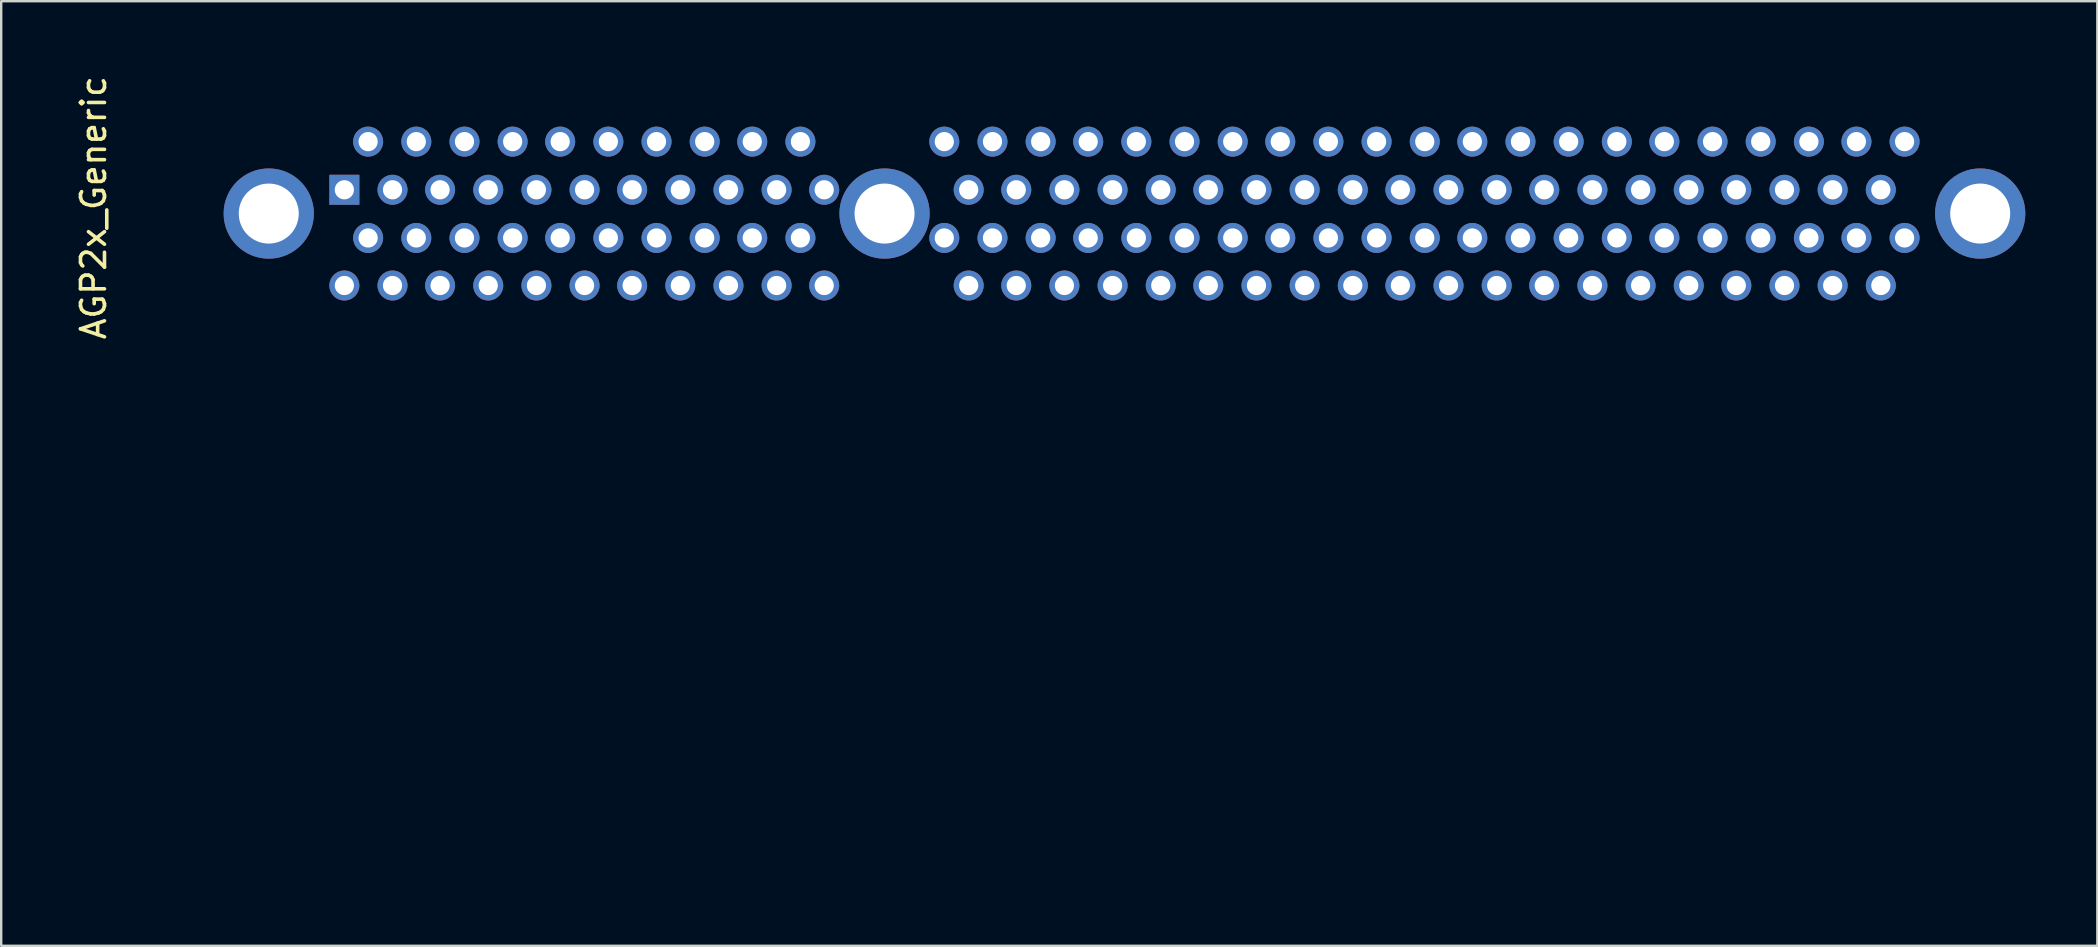
<source format=kicad_pcb>
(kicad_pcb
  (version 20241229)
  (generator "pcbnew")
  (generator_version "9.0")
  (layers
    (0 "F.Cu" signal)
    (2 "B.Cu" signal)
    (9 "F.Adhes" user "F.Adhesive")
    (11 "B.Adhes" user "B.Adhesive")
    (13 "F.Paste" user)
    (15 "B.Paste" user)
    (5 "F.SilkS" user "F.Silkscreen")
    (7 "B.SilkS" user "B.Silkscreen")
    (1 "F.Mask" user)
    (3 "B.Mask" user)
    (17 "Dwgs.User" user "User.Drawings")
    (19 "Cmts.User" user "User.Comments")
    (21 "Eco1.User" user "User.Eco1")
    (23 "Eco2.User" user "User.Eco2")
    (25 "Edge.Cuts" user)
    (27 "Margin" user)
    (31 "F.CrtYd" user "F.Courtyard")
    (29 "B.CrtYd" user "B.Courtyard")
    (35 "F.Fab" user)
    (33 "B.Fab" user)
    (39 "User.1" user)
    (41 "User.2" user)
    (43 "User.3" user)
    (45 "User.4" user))
  (footprint "AGP2x_Generic"
    (layer "F.Cu")
    (at 73.348 33.101)
    (property "Reference" "AGP2x_Generic" (at -72.5 -27.5 90) (layer "F.SilkS") (effects (font (size 1 1) (thickness 0.15))))
    (attr through_hole)
    (pad "" thru_hole oval (at -65.202 -27.254) (size 3.76 3.76) (drill 2.5) (layers "*.Mask"))
    (pad "" thru_hole oval (at -39.548 -27.254) (size 3.76 3.76) (drill 2.5) (layers "*.Mask"))
    (pad "" thru_hole oval (at 6.096 -27.254) (size 3.76 3.76) (drill 2.5) (layers "*.Mask"))
    (pad "A1" thru_hole rect (at -62.052 -28.245) (size 1.25 1.25) (drill 0.8) (layers "*.Cu" "*.Mask"))
    (pad "A2" thru_hole oval (at -61.062 -30.251) (size 1.25 1.25) (drill 0.8) (layers "*.Cu" "*.Mask"))
    (pad "A3" thru_hole oval (at -60.046 -28.245) (size 1.25 1.25) (drill 0.8) (layers "*.Cu" "*.Mask"))
    (pad "A4" thru_hole oval (at -59.055 -30.251) (size 1.25 1.25) (drill 0.8) (layers "*.Cu" "*.Mask"))
    (pad "A5" thru_hole oval (at -58.064 -28.245) (size 1.25 1.25) (drill 0.8) (layers "*.Cu" "*.Mask"))
    (pad "A6" thru_hole oval (at -57.048 -30.251) (size 1.25 1.25) (drill 0.8) (layers "*.Cu" "*.Mask"))
    (pad "A7" thru_hole oval (at -56.058 -28.245) (size 1.25 1.25) (drill 0.8) (layers "*.Cu" "*.Mask"))
    (pad "A8" thru_hole oval (at -55.042 -30.251) (size 1.25 1.25) (drill 0.8) (layers "*.Cu" "*.Mask"))
    (pad "A9" thru_hole oval (at -54.051 -28.245) (size 1.25 1.25) (drill 0.8) (layers "*.Cu" "*.Mask"))
    (pad "A10" thru_hole oval (at -53.061 -30.251) (size 1.25 1.25) (drill 0.8) (layers "*.Cu" "*.Mask"))
    (pad "A11" thru_hole oval (at -52.045 -28.245) (size 1.25 1.25) (drill 0.8) (layers "*.Cu" "*.Mask"))
    (pad "A12" thru_hole oval (at -51.054 -30.251) (size 1.25 1.25) (drill 0.8) (layers "*.Cu" "*.Mask"))
    (pad "A13" thru_hole oval (at -50.063 -28.245) (size 1.25 1.25) (drill 0.8) (layers "*.Cu" "*.Mask"))
    (pad "A14" thru_hole oval (at -49.047 -30.251) (size 1.25 1.25) (drill 0.8) (layers "*.Cu" "*.Mask"))
    (pad "A15" thru_hole oval (at -48.057 -28.245) (size 1.25 1.25) (drill 0.8) (layers "*.Cu" "*.Mask"))
    (pad "A16" thru_hole oval (at -47.041 -30.251) (size 1.25 1.25) (drill 0.8) (layers "*.Cu" "*.Mask"))
    (pad "A17" thru_hole oval (at -46.05 -28.245) (size 1.25 1.25) (drill 0.8) (layers "*.Cu" "*.Mask"))
    (pad "A18" thru_hole oval (at -45.06 -30.251) (size 1.25 1.25) (drill 0.8) (layers "*.Cu" "*.Mask"))
    (pad "A19" thru_hole oval (at -44.044 -28.245) (size 1.25 1.25) (drill 0.8) (layers "*.Cu" "*.Mask"))
    (pad "A20" thru_hole oval (at -43.053 -30.251) (size 1.25 1.25) (drill 0.8) (layers "*.Cu" "*.Mask"))
    (pad "A21" thru_hole oval (at -42.062 -28.245) (size 1.25 1.25) (drill 0.8) (layers "*.Cu" "*.Mask"))
    (pad "A26" thru_hole oval (at -37.059 -30.251) (size 1.25 1.25) (drill 0.8) (layers "*.Cu" "*.Mask"))
    (pad "A27" thru_hole oval (at -36.043 -28.245) (size 1.25 1.25) (drill 0.8) (layers "*.Cu" "*.Mask"))
    (pad "A28" thru_hole oval (at -35.052 -30.251) (size 1.25 1.25) (drill 0.8) (layers "*.Cu" "*.Mask"))
    (pad "A29" thru_hole oval (at -34.061 -28.245) (size 1.25 1.25) (drill 0.8) (layers "*.Cu" "*.Mask"))
    (pad "A30" thru_hole oval (at -33.045 -30.251) (size 1.25 1.25) (drill 0.8) (layers "*.Cu" "*.Mask"))
    (pad "A31" thru_hole oval (at -32.055 -28.245) (size 1.25 1.25) (drill 0.8) (layers "*.Cu" "*.Mask"))
    (pad "A32" thru_hole oval (at -31.064 -30.251) (size 1.25 1.25) (drill 0.8) (layers "*.Cu" "*.Mask"))
    (pad "A33" thru_hole oval (at -30.048 -28.245) (size 1.25 1.25) (drill 0.8) (layers "*.Cu" "*.Mask"))
    (pad "A34" thru_hole oval (at -29.058 -30.251) (size 1.25 1.25) (drill 0.8) (layers "*.Cu" "*.Mask"))
    (pad "A35" thru_hole oval (at -28.042 -28.245) (size 1.25 1.25) (drill 0.8) (layers "*.Cu" "*.Mask"))
    (pad "A36" thru_hole oval (at -27.051 -30.251) (size 1.25 1.25) (drill 0.8) (layers "*.Cu" "*.Mask"))
    (pad "A37" thru_hole oval (at -26.06 -28.245) (size 1.25 1.25) (drill 0.8) (layers "*.Cu" "*.Mask"))
    (pad "A38" thru_hole oval (at -25.044 -30.251) (size 1.25 1.25) (drill 0.8) (layers "*.Cu" "*.Mask"))
    (pad "A39" thru_hole oval (at -24.054 -28.245) (size 1.25 1.25) (drill 0.8) (layers "*.Cu" "*.Mask"))
    (pad "A40" thru_hole oval (at -23.063 -30.251) (size 1.25 1.25) (drill 0.8) (layers "*.Cu" "*.Mask"))
    (pad "A41" thru_hole oval (at -22.047 -28.245) (size 1.25 1.25) (drill 0.8) (layers "*.Cu" "*.Mask"))
    (pad "A42" thru_hole oval (at -21.057 -30.251) (size 1.25 1.25) (drill 0.8) (layers "*.Cu" "*.Mask"))
    (pad "A43" thru_hole oval (at -20.041 -28.245) (size 1.25 1.25) (drill 0.8) (layers "*.Cu" "*.Mask"))
    (pad "A44" thru_hole oval (at -19.05 -30.251) (size 1.25 1.25) (drill 0.8) (layers "*.Cu" "*.Mask"))
    (pad "A45" thru_hole oval (at -18.059 -28.245) (size 1.25 1.25) (drill 0.8) (layers "*.Cu" "*.Mask"))
    (pad "A46" thru_hole oval (at -17.043 -30.251) (size 1.25 1.25) (drill 0.8) (layers "*.Cu" "*.Mask"))
    (pad "A47" thru_hole oval (at -16.053 -28.245) (size 1.25 1.25) (drill 0.8) (layers "*.Cu" "*.Mask"))
    (pad "A48" thru_hole oval (at -15.062 -30.251) (size 1.25 1.25) (drill 0.8) (layers "*.Cu" "*.Mask"))
    (pad "A49" thru_hole oval (at -14.046 -28.245) (size 1.25 1.25) (drill 0.8) (layers "*.Cu" "*.Mask"))
    (pad "A50" thru_hole oval (at -13.056 -30.251) (size 1.25 1.25) (drill 0.8) (layers "*.Cu" "*.Mask"))
    (pad "A51" thru_hole oval (at -12.065 -28.245) (size 1.25 1.25) (drill 0.8) (layers "*.Cu" "*.Mask"))
    (pad "A52" thru_hole oval (at -11.049 -30.251) (size 1.25 1.25) (drill 0.8) (layers "*.Cu" "*.Mask"))
    (pad "A53" thru_hole oval (at -10.058 -28.245) (size 1.25 1.25) (drill 0.8) (layers "*.Cu" "*.Mask"))
    (pad "A54" thru_hole oval (at -9.042 -30.251) (size 1.25 1.25) (drill 0.8) (layers "*.Cu" "*.Mask"))
    (pad "A55" thru_hole oval (at -8.052 -28.245) (size 1.25 1.25) (drill 0.8) (layers "*.Cu" "*.Mask"))
    (pad "A56" thru_hole oval (at -7.061 -30.251) (size 1.25 1.25) (drill 0.8) (layers "*.Cu" "*.Mask"))
    (pad "A57" thru_hole oval (at -6.045 -28.245) (size 1.25 1.25) (drill 0.8) (layers "*.Cu" "*.Mask"))
    (pad "A58" thru_hole oval (at -5.055 -30.251) (size 1.25 1.25) (drill 0.8) (layers "*.Cu" "*.Mask"))
    (pad "A59" thru_hole oval (at -4.064 -28.245) (size 1.25 1.25) (drill 0.8) (layers "*.Cu" "*.Mask"))
    (pad "A60" thru_hole oval (at -3.048 -30.251) (size 1.25 1.25) (drill 0.8) (layers "*.Cu" "*.Mask"))
    (pad "A61" thru_hole oval (at -2.057 -28.245) (size 1.25 1.25) (drill 0.8) (layers "*.Cu" "*.Mask"))
    (pad "A62" thru_hole oval (at -1.041 -30.251) (size 1.25 1.25) (drill 0.8) (layers "*.Cu" "*.Mask"))
    (pad "A63" thru_hole oval (at -0.051 -28.245) (size 1.25 1.25) (drill 0.8) (layers "*.Cu" "*.Mask"))
    (pad "A64" thru_hole oval (at 0.94 -30.251) (size 1.25 1.25) (drill 0.8) (layers "*.Cu" "*.Mask"))
    (pad "A65" thru_hole oval (at 1.956 -28.245) (size 1.25 1.25) (drill 0.8) (layers "*.Cu" "*.Mask"))
    (pad "A66" thru_hole oval (at 2.946 -30.251) (size 1.25 1.25) (drill 0.8) (layers "*.Cu" "*.Mask"))
    (pad "B1" thru_hole oval (at -62.052 -24.257) (size 1.25 1.25) (drill 0.8) (layers "*.Cu" "*.Mask"))
    (pad "B2" thru_hole oval (at -61.062 -26.238) (size 1.25 1.25) (drill 0.8) (layers "*.Cu" "*.Mask"))
    (pad "B3" thru_hole oval (at -60.046 -24.257) (size 1.25 1.25) (drill 0.8) (layers "*.Cu" "*.Mask"))
    (pad "B4" thru_hole oval (at -59.055 -26.238) (size 1.25 1.25) (drill 0.8) (layers "*.Cu" "*.Mask"))
    (pad "B5" thru_hole oval (at -58.064 -24.257) (size 1.25 1.25) (drill 0.8) (layers "*.Cu" "*.Mask"))
    (pad "B6" thru_hole oval (at -57.048 -26.238) (size 1.25 1.25) (drill 0.8) (layers "*.Cu" "*.Mask"))
    (pad "B7" thru_hole oval (at -56.058 -24.257) (size 1.25 1.25) (drill 0.8) (layers "*.Cu" "*.Mask"))
    (pad "B8" thru_hole oval (at -55.042 -26.238) (size 1.25 1.25) (drill 0.8) (layers "*.Cu" "*.Mask"))
    (pad "B9" thru_hole oval (at -54.051 -24.257) (size 1.25 1.25) (drill 0.8) (layers "*.Cu" "*.Mask"))
    (pad "B10" thru_hole oval (at -53.061 -26.238) (size 1.25 1.25) (drill 0.8) (layers "*.Cu" "*.Mask"))
    (pad "B11" thru_hole oval (at -52.045 -24.257) (size 1.25 1.25) (drill 0.8) (layers "*.Cu" "*.Mask"))
    (pad "B12" thru_hole oval (at -51.054 -26.238) (size 1.25 1.25) (drill 0.8) (layers "*.Cu" "*.Mask"))
    (pad "B13" thru_hole oval (at -50.063 -24.257) (size 1.25 1.25) (drill 0.8) (layers "*.Cu" "*.Mask"))
    (pad "B14" thru_hole oval (at -49.047 -26.238) (size 1.25 1.25) (drill 0.8) (layers "*.Cu" "*.Mask"))
    (pad "B15" thru_hole oval (at -48.057 -24.257) (size 1.25 1.25) (drill 0.8) (layers "*.Cu" "*.Mask"))
    (pad "B16" thru_hole oval (at -47.041 -26.238) (size 1.25 1.25) (drill 0.8) (layers "*.Cu" "*.Mask"))
    (pad "B17" thru_hole oval (at -46.05 -24.257) (size 1.25 1.25) (drill 0.8) (layers "*.Cu" "*.Mask"))
    (pad "B18" thru_hole oval (at -45.06 -26.238) (size 1.25 1.25) (drill 0.8) (layers "*.Cu" "*.Mask"))
    (pad "B19" thru_hole oval (at -44.044 -24.257) (size 1.25 1.25) (drill 0.8) (layers "*.Cu" "*.Mask"))
    (pad "B20" thru_hole oval (at -43.053 -26.238) (size 1.25 1.25) (drill 0.8) (layers "*.Cu" "*.Mask"))
    (pad "B21" thru_hole oval (at -42.062 -24.257) (size 1.25 1.25) (drill 0.8) (layers "*.Cu" "*.Mask"))
    (pad "B26" thru_hole oval (at -37.059 -26.238) (size 1.25 1.25) (drill 0.8) (layers "*.Cu" "*.Mask"))
    (pad "B27" thru_hole oval (at -36.043 -24.257) (size 1.25 1.25) (drill 0.8) (layers "*.Cu" "*.Mask"))
    (pad "B28" thru_hole oval (at -35.052 -26.238) (size 1.25 1.25) (drill 0.8) (layers "*.Cu" "*.Mask"))
    (pad "B29" thru_hole oval (at -34.061 -24.257) (size 1.25 1.25) (drill 0.8) (layers "*.Cu" "*.Mask"))
    (pad "B30" thru_hole oval (at -33.045 -26.238) (size 1.25 1.25) (drill 0.8) (layers "*.Cu" "*.Mask"))
    (pad "B31" thru_hole oval (at -32.055 -24.257) (size 1.25 1.25) (drill 0.8) (layers "*.Cu" "*.Mask"))
    (pad "B32" thru_hole oval (at -31.064 -26.238) (size 1.25 1.25) (drill 0.8) (layers "*.Cu" "*.Mask"))
    (pad "B33" thru_hole oval (at -30.048 -24.257) (size 1.25 1.25) (drill 0.8) (layers "*.Cu" "*.Mask"))
    (pad "B34" thru_hole oval (at -29.058 -26.238) (size 1.25 1.25) (drill 0.8) (layers "*.Cu" "*.Mask"))
    (pad "B35" thru_hole oval (at -28.042 -24.257) (size 1.25 1.25) (drill 0.8) (layers "*.Cu" "*.Mask"))
    (pad "B36" thru_hole oval (at -27.051 -26.238) (size 1.25 1.25) (drill 0.8) (layers "*.Cu" "*.Mask"))
    (pad "B37" thru_hole oval (at -26.06 -24.257) (size 1.25 1.25) (drill 0.8) (layers "*.Cu" "*.Mask"))
    (pad "B38" thru_hole oval (at -25.044 -26.238) (size 1.25 1.25) (drill 0.8) (layers "*.Cu" "*.Mask"))
    (pad "B39" thru_hole oval (at -24.054 -24.257) (size 1.25 1.25) (drill 0.8) (layers "*.Cu" "*.Mask"))
    (pad "B40" thru_hole oval (at -23.063 -26.238) (size 1.25 1.25) (drill 0.8) (layers "*.Cu" "*.Mask"))
    (pad "B41" thru_hole oval (at -22.047 -24.257) (size 1.25 1.25) (drill 0.8) (layers "*.Cu" "*.Mask"))
    (pad "B42" thru_hole oval (at -21.057 -26.238) (size 1.25 1.25) (drill 0.8) (layers "*.Cu" "*.Mask"))
    (pad "B43" thru_hole oval (at -20.041 -24.257) (size 1.25 1.25) (drill 0.8) (layers "*.Cu" "*.Mask"))
    (pad "B44" thru_hole oval (at -19.05 -26.238) (size 1.25 1.25) (drill 0.8) (layers "*.Cu" "*.Mask"))
    (pad "B45" thru_hole oval (at -18.059 -24.257) (size 1.25 1.25) (drill 0.8) (layers "*.Cu" "*.Mask"))
    (pad "B46" thru_hole oval (at -17.043 -26.238) (size 1.25 1.25) (drill 0.8) (layers "*.Cu" "*.Mask"))
    (pad "B47" thru_hole oval (at -16.053 -24.257) (size 1.25 1.25) (drill 0.8) (layers "*.Cu" "*.Mask"))
    (pad "B48" thru_hole oval (at -15.062 -26.238) (size 1.25 1.25) (drill 0.8) (layers "*.Cu" "*.Mask"))
    (pad "B49" thru_hole oval (at -14.046 -24.257) (size 1.25 1.25) (drill 0.8) (layers "*.Cu" "*.Mask"))
    (pad "B50" thru_hole oval (at -13.056 -26.238) (size 1.25 1.25) (drill 0.8) (layers "*.Cu" "*.Mask"))
    (pad "B51" thru_hole oval (at -12.065 -24.257) (size 1.25 1.25) (drill 0.8) (layers "*.Cu" "*.Mask"))
    (pad "B52" thru_hole oval (at -11.049 -26.238) (size 1.25 1.25) (drill 0.8) (layers "*.Cu" "*.Mask"))
    (pad "B53" thru_hole oval (at -10.058 -24.257) (size 1.25 1.25) (drill 0.8) (layers "*.Cu" "*.Mask"))
    (pad "B54" thru_hole oval (at -9.042 -26.238) (size 1.25 1.25) (drill 0.8) (layers "*.Cu" "*.Mask"))
    (pad "B55" thru_hole oval (at -8.052 -24.257) (size 1.25 1.25) (drill 0.8) (layers "*.Cu" "*.Mask"))
    (pad "B56" thru_hole oval (at -7.061 -26.238) (size 1.25 1.25) (drill 0.8) (layers "*.Cu" "*.Mask"))
    (pad "B57" thru_hole oval (at -6.045 -24.257) (size 1.25 1.25) (drill 0.8) (layers "*.Cu" "*.Mask"))
    (pad "B58" thru_hole oval (at -5.055 -26.238) (size 1.25 1.25) (drill 0.8) (layers "*.Cu" "*.Mask"))
    (pad "B59" thru_hole oval (at -4.064 -24.257) (size 1.25 1.25) (drill 0.8) (layers "*.Cu" "*.Mask"))
    (pad "B60" thru_hole oval (at -3.048 -26.238) (size 1.25 1.25) (drill 0.8) (layers "*.Cu" "*.Mask"))
    (pad "B61" thru_hole oval (at -2.057 -24.257) (size 1.25 1.25) (drill 0.8) (layers "*.Cu" "*.Mask"))
    (pad "B62" thru_hole oval (at -1.041 -26.238) (size 1.25 1.25) (drill 0.8) (layers "*.Cu" "*.Mask"))
    (pad "B63" thru_hole oval (at -0.051 -24.257) (size 1.25 1.25) (drill 0.8) (layers "*.Cu" "*.Mask"))
    (pad "B64" thru_hole oval (at 0.94 -26.238) (size 1.25 1.25) (drill 0.8) (layers "*.Cu" "*.Mask"))
    (pad "B65" thru_hole oval (at 1.956 -24.257) (size 1.25 1.25) (drill 0.8) (layers "*.Cu" "*.Mask"))
    (pad "B66" thru_hole oval (at 2.946 -26.238) (size 1.25 1.25) (drill 0.8) (layers "*.Cu" "*.Mask")))
  (gr_rect
    (start -3 -3)
    (end 84.324 36.351)
    (stroke (width 0.1) (type default))
    (fill no)
    (layer "Edge.Cuts")))
</source>
